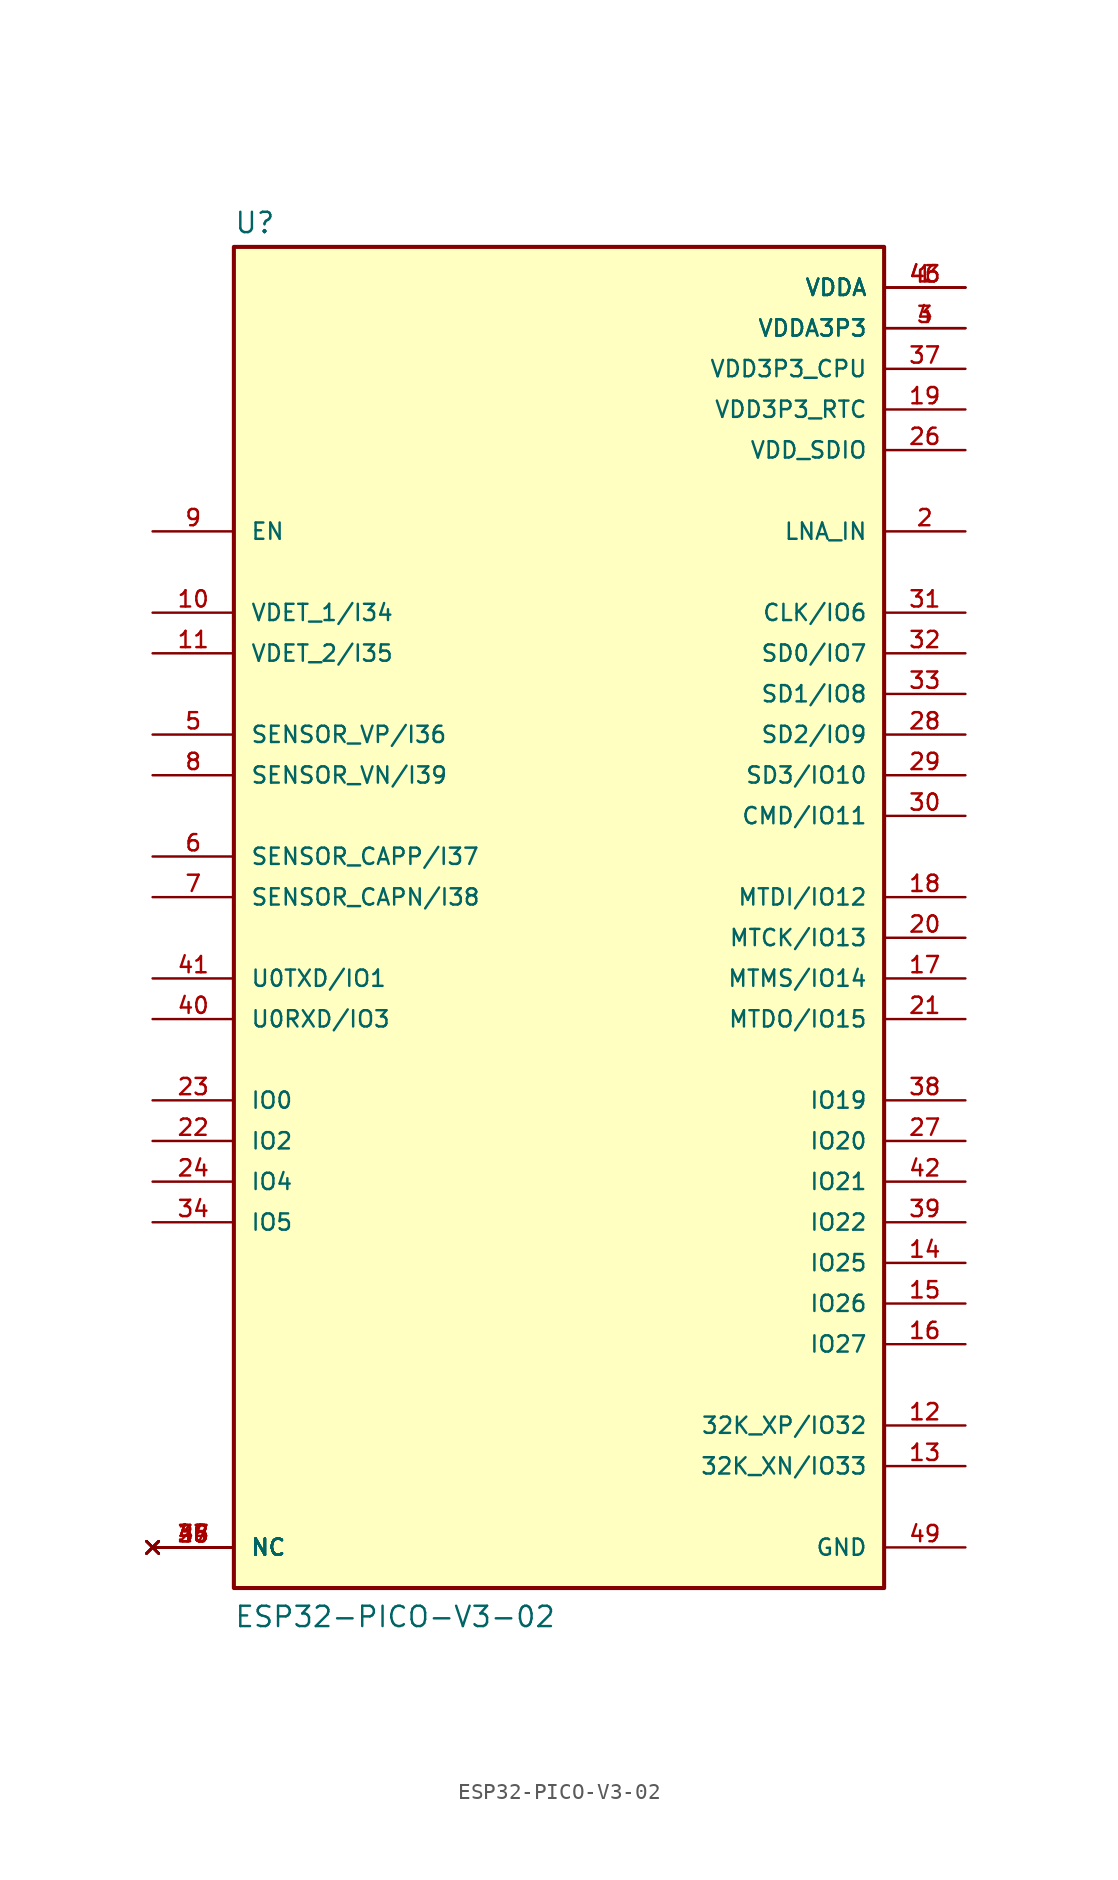
<source format=kicad_sym>
(kicad_symbol_lib
  (version 20211014)
  (generator kicad_symbol_editor)
  (symbol "ESP32-PICO-V3-02"
    (pin_names
      (offset 1.016))
    (property "Reference" "U"
      (at -20.32 43.942 0)
      (effects (font (size 1.27 1.27)) (justify bottom left)))
    (property "Value" "ESP32-PICO-V3-02"
      (at -20.32 -43.18 0)
      (effects (font (size 1.27 1.27)) (justify bottom left)))
    (symbol "ESP32-PICO-V3-02_0_0"
      (rectangle (start -20.32 -40.64) (end 20.32 43.18) (stroke (width 0.254)) (fill (type background)))
      (pin power_in line (at 25.4 40.64 180.0) (length 5.08) (name "VDDA" (effects (font (size 1.016 1.016)))) (number "1" (effects (font (size 1.016 1.016)))))
      (pin power_in line (at 25.4 40.64 180.0) (length 5.08) (name "VDDA" (effects (font (size 1.016 1.016)))) (number "43" (effects (font (size 1.016 1.016)))))
      (pin power_in line (at 25.4 40.64 180.0) (length 5.08) (name "VDDA" (effects (font (size 1.016 1.016)))) (number "46" (effects (font (size 1.016 1.016)))))
      (pin bidirectional line (at 25.4 25.4 180.0) (length 5.08) (name "LNA_IN" (effects (font (size 1.016 1.016)))) (number "2" (effects (font (size 1.016 1.016)))))
      (pin power_in line (at 25.4 38.1 180.0) (length 5.08) (name "VDDA3P3" (effects (font (size 1.016 1.016)))) (number "3" (effects (font (size 1.016 1.016)))))
      (pin power_in line (at 25.4 38.1 180.0) (length 5.08) (name "VDDA3P3" (effects (font (size 1.016 1.016)))) (number "4" (effects (font (size 1.016 1.016)))))
      (pin input line (at -25.4 12.7 0) (length 5.08) (name "SENSOR_VP/I36" (effects (font (size 1.016 1.016)))) (number "5" (effects (font (size 1.016 1.016)))))
      (pin input line (at -25.4 5.08 0) (length 5.08) (name "SENSOR_CAPP/I37" (effects (font (size 1.016 1.016)))) (number "6" (effects (font (size 1.016 1.016)))))
      (pin input line (at -25.4 2.54 0) (length 5.08) (name "SENSOR_CAPN/I38" (effects (font (size 1.016 1.016)))) (number "7" (effects (font (size 1.016 1.016)))))
      (pin input line (at -25.4 10.16 0) (length 5.08) (name "SENSOR_VN/I39" (effects (font (size 1.016 1.016)))) (number "8" (effects (font (size 1.016 1.016)))))
      (pin input line (at -25.4 25.4 0) (length 5.08) (name "EN" (effects (font (size 1.016 1.016)))) (number "9" (effects (font (size 1.016 1.016)))))
      (pin input line (at -25.4 20.32 0) (length 5.08) (name "VDET_1/I34" (effects (font (size 1.016 1.016)))) (number "10" (effects (font (size 1.016 1.016)))))
      (pin input line (at -25.4 17.78 0) (length 5.08) (name "VDET_2/I35" (effects (font (size 1.016 1.016)))) (number "11" (effects (font (size 1.016 1.016)))))
      (pin bidirectional line (at 25.4 -30.48 180.0) (length 5.08) (name "32K_XP/IO32" (effects (font (size 1.016 1.016)))) (number "12" (effects (font (size 1.016 1.016)))))
      (pin bidirectional line (at 25.4 -33.02 180.0) (length 5.08) (name "32K_XN/IO33" (effects (font (size 1.016 1.016)))) (number "13" (effects (font (size 1.016 1.016)))))
      (pin bidirectional line (at 25.4 -20.32 180.0) (length 5.08) (name "IO25" (effects (font (size 1.016 1.016)))) (number "14" (effects (font (size 1.016 1.016)))))
      (pin bidirectional line (at 25.4 -22.86 180.0) (length 5.08) (name "IO26" (effects (font (size 1.016 1.016)))) (number "15" (effects (font (size 1.016 1.016)))))
      (pin bidirectional line (at 25.4 -25.4 180.0) (length 5.08) (name "IO27" (effects (font (size 1.016 1.016)))) (number "16" (effects (font (size 1.016 1.016)))))
      (pin bidirectional line (at 25.4 -2.54 180.0) (length 5.08) (name "MTMS/IO14" (effects (font (size 1.016 1.016)))) (number "17" (effects (font (size 1.016 1.016)))))
      (pin bidirectional line (at 25.4 2.54 180.0) (length 5.08) (name "MTDI/IO12" (effects (font (size 1.016 1.016)))) (number "18" (effects (font (size 1.016 1.016)))))
      (pin power_in line (at 25.4 33.02 180.0) (length 5.08) (name "VDD3P3_RTC" (effects (font (size 1.016 1.016)))) (number "19" (effects (font (size 1.016 1.016)))))
      (pin bidirectional line (at 25.4 0.0 180.0) (length 5.08) (name "MTCK/IO13" (effects (font (size 1.016 1.016)))) (number "20" (effects (font (size 1.016 1.016)))))
      (pin bidirectional line (at 25.4 -5.08 180.0) (length 5.08) (name "MTDO/IO15" (effects (font (size 1.016 1.016)))) (number "21" (effects (font (size 1.016 1.016)))))
      (pin bidirectional line (at -25.4 -12.7 0) (length 5.08) (name "IO2" (effects (font (size 1.016 1.016)))) (number "22" (effects (font (size 1.016 1.016)))))
      (pin bidirectional line (at -25.4 -10.16 0) (length 5.08) (name "IO0" (effects (font (size 1.016 1.016)))) (number "23" (effects (font (size 1.016 1.016)))))
      (pin bidirectional line (at -25.4 -15.24 0) (length 5.08) (name "IO4" (effects (font (size 1.016 1.016)))) (number "24" (effects (font (size 1.016 1.016)))))
      (pin no_connect line (at -25.4 -38.1 0) (length 5.08) (name "NC" (effects (font (size 1.016 1.016)))) (number "25" (effects (font (size 1.016 1.016)))))
      (pin no_connect line (at -25.4 -38.1 0) (length 5.08) (name "NC" (effects (font (size 1.016 1.016)))) (number "35" (effects (font (size 1.016 1.016)))))
      (pin no_connect line (at -25.4 -38.1 0) (length 5.08) (name "NC" (effects (font (size 1.016 1.016)))) (number "36" (effects (font (size 1.016 1.016)))))
      (pin no_connect line (at -25.4 -38.1 0) (length 5.08) (name "NC" (effects (font (size 1.016 1.016)))) (number "44" (effects (font (size 1.016 1.016)))))
      (pin no_connect line (at -25.4 -38.1 0) (length 5.08) (name "NC" (effects (font (size 1.016 1.016)))) (number "45" (effects (font (size 1.016 1.016)))))
      (pin no_connect line (at -25.4 -38.1 0) (length 5.08) (name "NC" (effects (font (size 1.016 1.016)))) (number "47" (effects (font (size 1.016 1.016)))))
      (pin no_connect line (at -25.4 -38.1 0) (length 5.08) (name "NC" (effects (font (size 1.016 1.016)))) (number "48" (effects (font (size 1.016 1.016)))))
      (pin power_in line (at 25.4 30.48 180.0) (length 5.08) (name "VDD_SDIO" (effects (font (size 1.016 1.016)))) (number "26" (effects (font (size 1.016 1.016)))))
      (pin bidirectional line (at 25.4 -12.7 180.0) (length 5.08) (name "IO20" (effects (font (size 1.016 1.016)))) (number "27" (effects (font (size 1.016 1.016)))))
      (pin bidirectional line (at 25.4 12.7 180.0) (length 5.08) (name "SD2/IO9" (effects (font (size 1.016 1.016)))) (number "28" (effects (font (size 1.016 1.016)))))
      (pin bidirectional line (at 25.4 10.16 180.0) (length 5.08) (name "SD3/IO10" (effects (font (size 1.016 1.016)))) (number "29" (effects (font (size 1.016 1.016)))))
      (pin bidirectional line (at 25.4 7.62 180.0) (length 5.08) (name "CMD/IO11" (effects (font (size 1.016 1.016)))) (number "30" (effects (font (size 1.016 1.016)))))
      (pin bidirectional line (at 25.4 20.32 180.0) (length 5.08) (name "CLK/IO6" (effects (font (size 1.016 1.016)))) (number "31" (effects (font (size 1.016 1.016)))))
      (pin bidirectional line (at 25.4 17.78 180.0) (length 5.08) (name "SD0/IO7" (effects (font (size 1.016 1.016)))) (number "32" (effects (font (size 1.016 1.016)))))
      (pin bidirectional line (at 25.4 15.24 180.0) (length 5.08) (name "SD1/IO8" (effects (font (size 1.016 1.016)))) (number "33" (effects (font (size 1.016 1.016)))))
      (pin bidirectional line (at -25.4 -17.78 0) (length 5.08) (name "IO5" (effects (font (size 1.016 1.016)))) (number "34" (effects (font (size 1.016 1.016)))))
      (pin power_in line (at 25.4 35.56 180.0) (length 5.08) (name "VDD3P3_CPU" (effects (font (size 1.016 1.016)))) (number "37" (effects (font (size 1.016 1.016)))))
      (pin bidirectional line (at 25.4 -10.16 180.0) (length 5.08) (name "IO19" (effects (font (size 1.016 1.016)))) (number "38" (effects (font (size 1.016 1.016)))))
      (pin bidirectional line (at 25.4 -17.78 180.0) (length 5.08) (name "IO22" (effects (font (size 1.016 1.016)))) (number "39" (effects (font (size 1.016 1.016)))))
      (pin bidirectional line (at -25.4 -5.08 0) (length 5.08) (name "U0RXD/IO3" (effects (font (size 1.016 1.016)))) (number "40" (effects (font (size 1.016 1.016)))))
      (pin bidirectional line (at -25.4 -2.54 0) (length 5.08) (name "U0TXD/IO1" (effects (font (size 1.016 1.016)))) (number "41" (effects (font (size 1.016 1.016)))))
      (pin bidirectional line (at 25.4 -15.24 180.0) (length 5.08) (name "IO21" (effects (font (size 1.016 1.016)))) (number "42" (effects (font (size 1.016 1.016)))))
      (pin power_in line (at 25.4 -38.1 180.0) (length 5.08) (name "GND" (effects (font (size 1.016 1.016)))) (number "49" (effects (font (size 1.016 1.016))))))))
</source>
